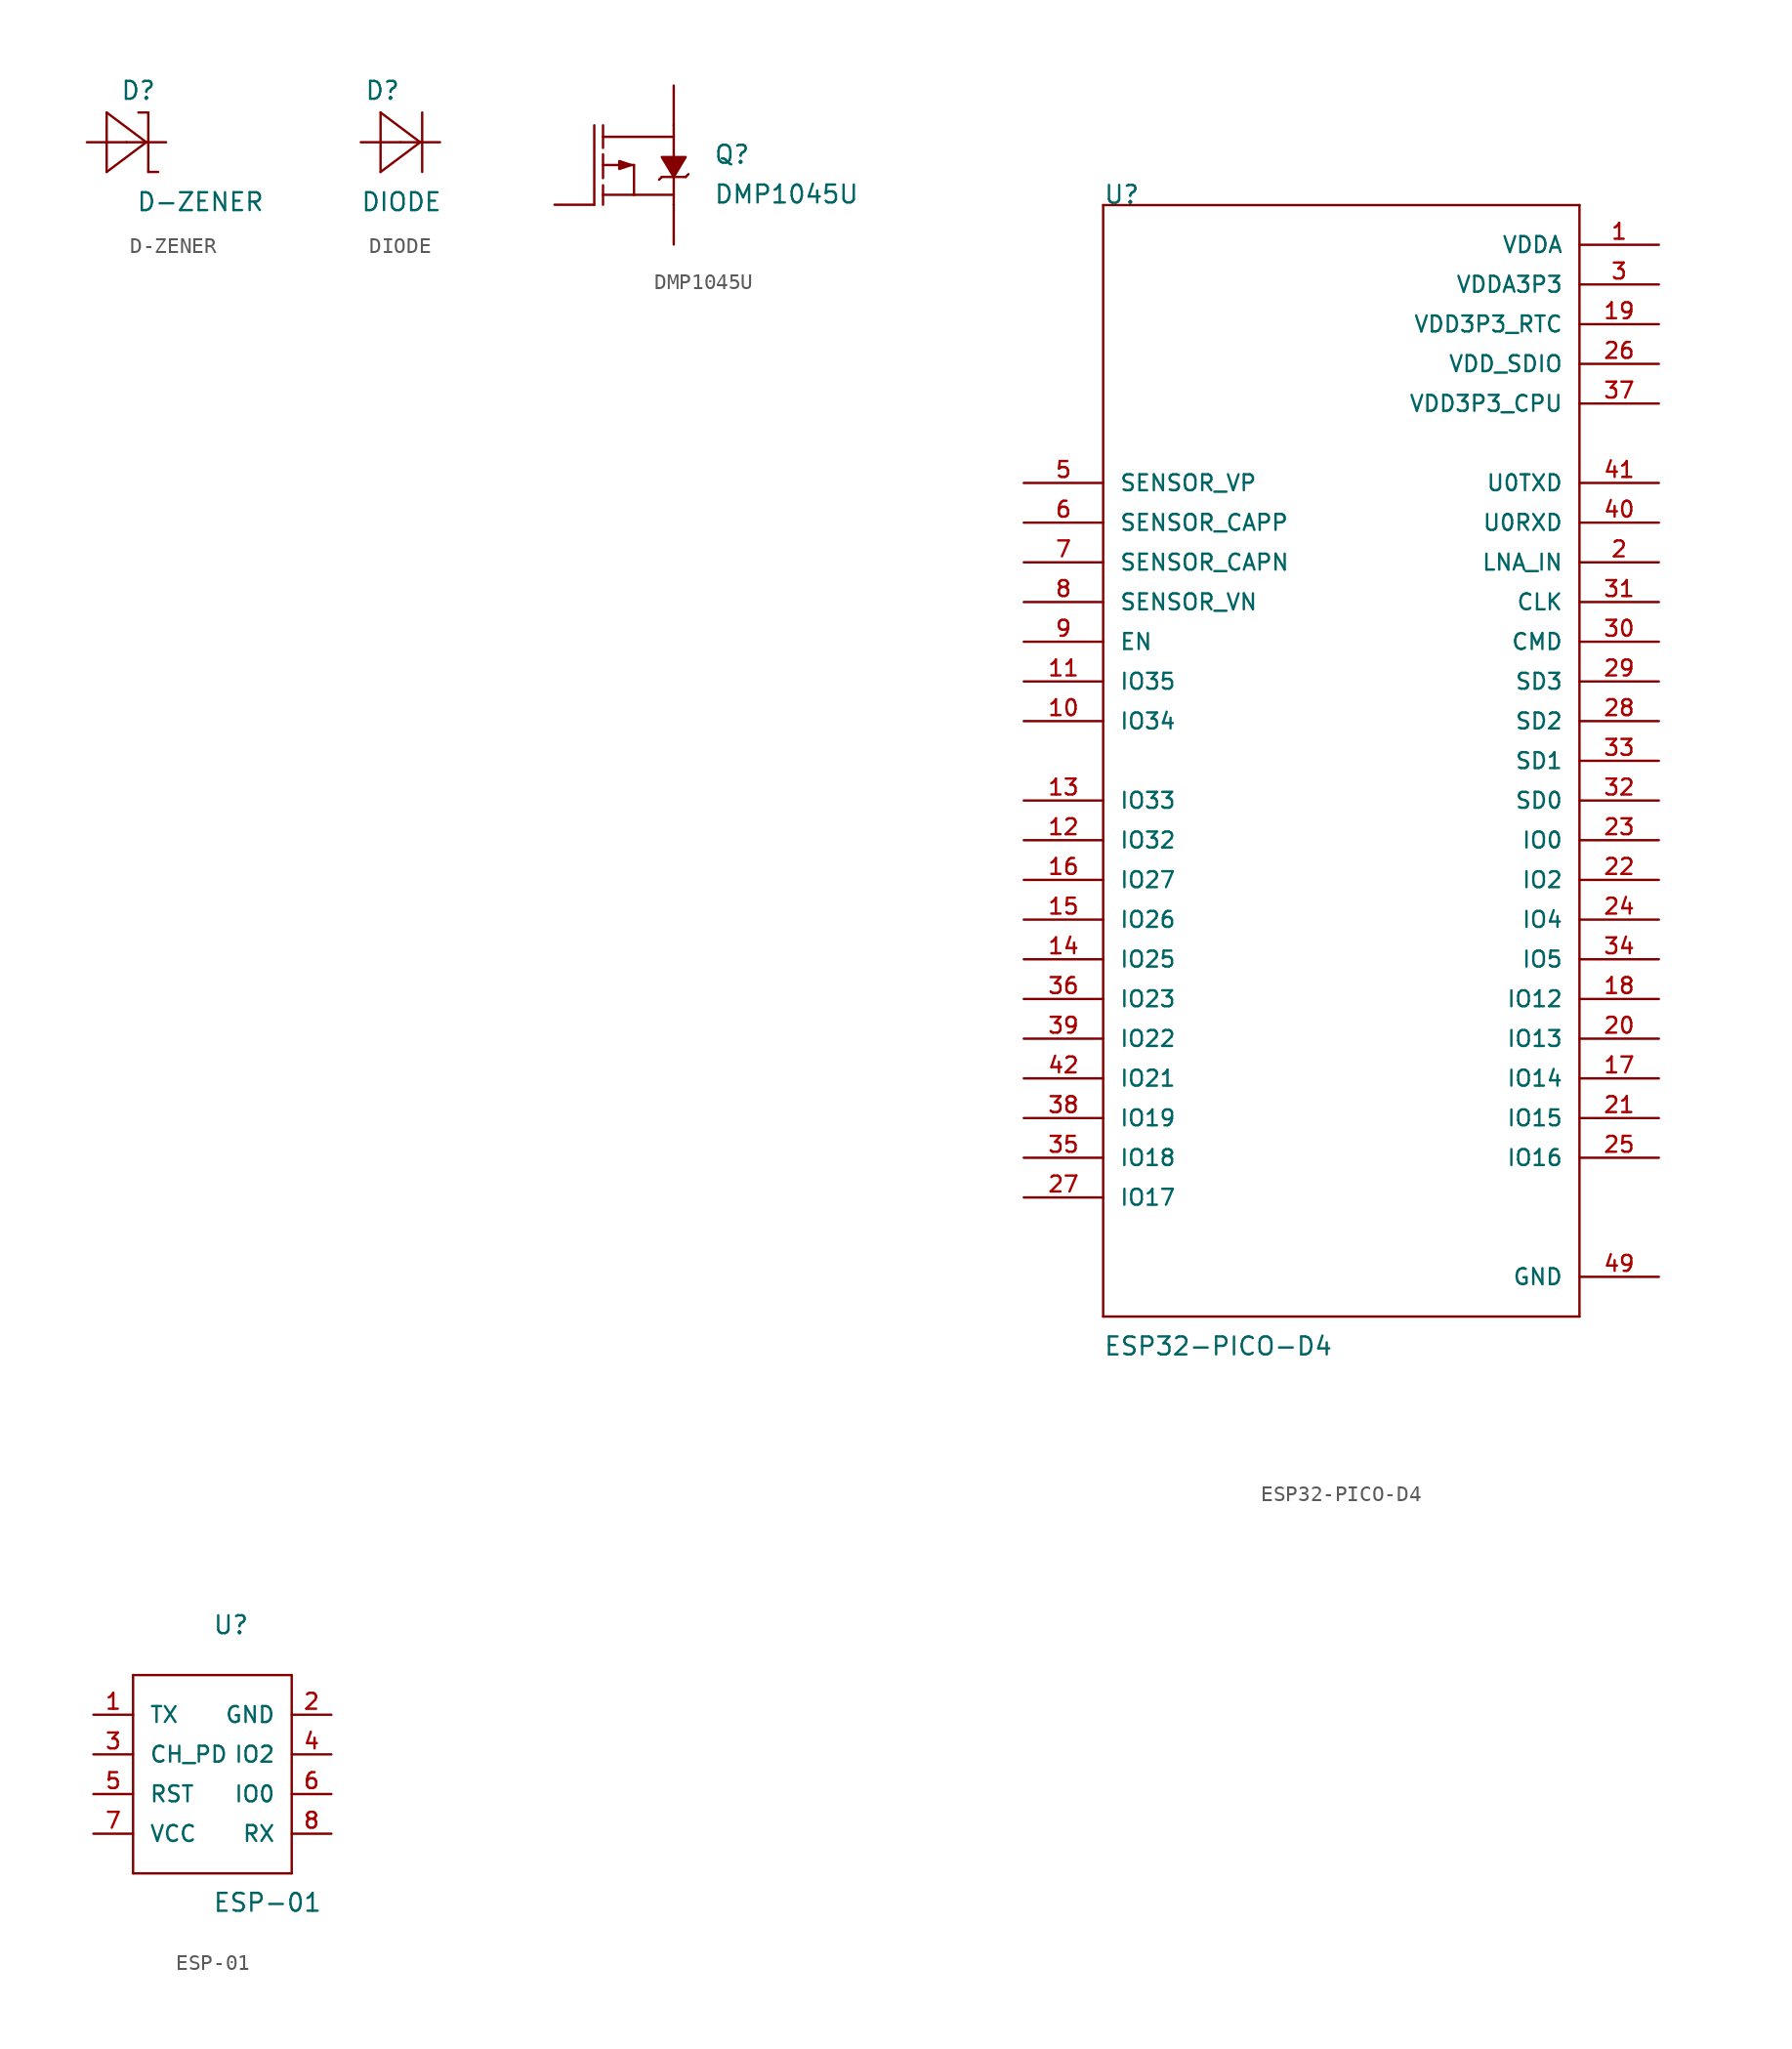
<source format=kicad_sym>
(kicad_symbol_lib
  (version 20241209)
  (generator "kicad_symbol_editor")
  (generator_version "9.0")
  (symbol "D-ZENER"
    (pin_numbers
      (hide yes))
    (pin_names
      (offset 1.016)
      (hide yes))
    (property "Reference" "D"
      (at -0.406 2.642 0)
      (effects (font (size 1.143 1.143)) (justify left bottom)))
    (property "Value" "D-ZENER"
      (at 0.61 -4.496 0)
      (effects (font (size 1.143 1.143)) (justify left bottom)))
    (property "ki_locked" ""
      (at 0 0 0)
      (effects (font (size 1.27 1.27))))
    (symbol "D-ZENER_1_0"
      (polyline (pts (xy -1.27 1.905) (xy -1.27 -1.905)) (stroke (width 0) (type solid)) (fill (type none)))
      (polyline (pts (xy -1.27 -1.905) (xy 1.27 0)) (stroke (width 0) (type solid)) (fill (type none)))
      (polyline (pts (xy 1.27 0) (xy -1.27 1.905)) (stroke (width 0) (type solid)) (fill (type none)))
      (polyline (pts (xy 1.397 1.905) (xy 0.762 1.905)) (stroke (width 0) (type solid)) (fill (type none)))
      (polyline (pts (xy 1.397 1.905) (xy 1.397 -1.905)) (stroke (width 0) (type solid)) (fill (type none)))
      (polyline (pts (xy 1.397 -1.905) (xy 2.032 -1.905)) (stroke (width 0) (type solid)) (fill (type none))))
    (symbol "D-ZENER_1_1"
      (pin passive line (at -2.54 0 0) (length 2.54) (name "A" (effects (font (size 1.016 1.016)))) (number "A" (effects (font (size 1.016 1.016)))))
      (pin passive line (at 2.54 0 180) (length 2.54) (name "C" (effects (font (size 1.016 1.016)))) (number "C" (effects (font (size 1.016 1.016)))))))
  (symbol "DIODE"
    (pin_numbers
      (hide yes))
    (pin_names
      (offset 1.016)
      (hide yes))
    (property "Reference" "D"
      (at -2.311 2.642 0)
      (effects (font (size 1.143 1.143)) (justify left bottom)))
    (property "Value" "DIODE"
      (at -2.565 -4.496 0)
      (effects (font (size 1.143 1.143)) (justify left bottom)))
    (property "ki_locked" ""
      (at 0 0 0)
      (effects (font (size 1.27 1.27))))
    (symbol "DIODE_1_0"
      (polyline (pts (xy -1.27 1.905) (xy -1.27 -1.905)) (stroke (width 0) (type solid)) (fill (type none)))
      (polyline (pts (xy -1.27 -1.905) (xy 1.27 0)) (stroke (width 0) (type solid)) (fill (type none)))
      (polyline (pts (xy 1.27 0) (xy -1.27 1.905)) (stroke (width 0) (type solid)) (fill (type none)))
      (polyline (pts (xy 1.397 1.905) (xy 1.397 -1.905)) (stroke (width 0) (type solid)) (fill (type none))))
    (symbol "DIODE_1_1"
      (pin passive line (at -2.54 0 0) (length 2.54) (name "A" (effects (font (size 1.016 1.016)))) (number "A" (effects (font (size 1.016 1.016)))))
      (pin passive line (at 2.54 0 180) (length 2.54) (name "C" (effects (font (size 1.016 1.016)))) (number "C" (effects (font (size 1.016 1.016)))))))
  (symbol "DMP1045U"
    (pin_numbers
      (hide yes))
    (pin_names
      (offset 1.016)
      (hide yes))
    (property "Reference" "Q"
      (at 5.08 0 0)
      (effects (font (size 1.143 1.143)) (justify left bottom)))
    (property "Value" "DMP1045U"
      (at 5.08 -2.54 0)
      (effects (font (size 1.143 1.143)) (justify left bottom)))
    (property "ki_locked" ""
      (at 0 0 0)
      (effects (font (size 1.27 1.27))))
    (symbol "DMP1045U_1_0"
      (polyline (pts (xy -2.54 -2.54) (xy -2.54 2.54)) (stroke (width 0) (type solid)) (fill (type none)))
      (polyline (pts (xy -1.981 2.54) (xy -1.981 1.803)) (stroke (width 0) (type solid)) (fill (type none)))
      (polyline (pts (xy -1.981 1.803) (xy -1.981 1.092)) (stroke (width 0) (type solid)) (fill (type none)))
      (polyline (pts (xy -1.981 1.803) (xy 2.54 1.803)) (stroke (width 0) (type solid)) (fill (type none)))
      (polyline (pts (xy -1.981 0.686) (xy -1.981 0)) (stroke (width 0) (type solid)) (fill (type none)))
      (polyline (pts (xy -1.981 0) (xy -1.981 -0.838)) (stroke (width 0) (type solid)) (fill (type none)))
      (polyline (pts (xy -1.981 -1.295) (xy -1.981 -1.905)) (stroke (width 0) (type solid)) (fill (type none)))
      (polyline (pts (xy -1.981 -1.905) (xy -1.981 -2.54)) (stroke (width 0) (type solid)) (fill (type none)))
      (polyline (pts (xy -1.981 -1.905) (xy 0 -1.905)) (stroke (width 0) (type solid)) (fill (type none)))
      (polyline (pts (xy 0 0) (xy -1.981 0)) (stroke (width 0) (type solid)) (fill (type none)))
      (polyline (pts (xy 0 -1.905) (xy 0 0)) (stroke (width 0) (type solid)) (fill (type none)))
      (polyline (pts (xy 1.778 -0.762) (xy 1.6 -0.94)) (stroke (width 0) (type solid)) (fill (type none)))
      (polyline (pts (xy 1.778 -0.762) (xy 3.302 -0.762)) (stroke (width 0) (type solid)) (fill (type none)))
      (polyline (pts (xy 2.54 2.54) (xy 2.54 1.803)) (stroke (width 0) (type solid)) (fill (type none)))
      (polyline (pts (xy 2.54 1.803) (xy 2.54 0.584)) (stroke (width 0) (type solid)) (fill (type none)))
      (polyline (pts (xy 2.54 -1.905) (xy 0 -1.905)) (stroke (width 0) (type solid)) (fill (type none)))
      (polyline (pts (xy 2.54 -1.905) (xy 2.54 -0.787)) (stroke (width 0) (type solid)) (fill (type none)))
      (polyline (pts (xy 2.54 -2.54) (xy 2.54 -1.905)) (stroke (width 0) (type solid)) (fill (type none)))
      (polyline (pts (xy 3.48 -0.584) (xy 3.302 -0.762)) (stroke (width 0) (type solid)) (fill (type none))))
    (symbol "DMP1045U_1_1"
      (polyline (pts (xy -0.178 0) (xy -0.94 -0.254) (xy -0.94 -0.254) (xy -0.94 0.254) (xy -0.94 0.254) (xy -0.178 0)) (stroke (width 0) (type solid)) (fill (type outline)))
      (polyline (pts (xy 3.302 0.508) (xy 2.54 -0.762) (xy 2.54 -0.762) (xy 1.778 0.508) (xy 1.778 0.508) (xy 3.302 0.508)) (stroke (width 0) (type solid)) (fill (type outline)))
      (pin bidirectional line (at -5.08 -2.54 0) (length 2.54) (name "G" (effects (font (size 1.016 1.016)))) (number "1" (effects (font (size 1.016 1.016)))))
      (pin bidirectional line (at 2.54 5.08 270) (length 2.54) (name "D" (effects (font (size 1.016 1.016)))) (number "3" (effects (font (size 1.016 1.016)))))
      (pin bidirectional line (at 2.54 -5.08 90) (length 2.54) (name "S" (effects (font (size 1.016 1.016)))) (number "2" (effects (font (size 1.016 1.016)))))))
  (symbol "ESP32-PICO-D4"
    (pin_names
      (offset 1.016))
    (property "Reference" "U"
      (at -15.24 35.56 0)
      (effects (font (size 1.143 1.143)) (justify left bottom)))
    (property "Value" "ESP32-PICO-D4"
      (at -15.24 -38.125 0)
      (effects (font (size 1.143 1.143)) (justify left bottom)))
    (property "ki_locked" ""
      (at 0 0 0)
      (effects (font (size 1.27 1.27))))
    (symbol "ESP32-PICO-D4_1_0"
      (polyline (pts (xy -15.24 35.56) (xy 15.24 35.56)) (stroke (width 0) (type solid)) (fill (type none)))
      (polyline (pts (xy -15.24 -35.56) (xy -15.24 35.56)) (stroke (width 0) (type solid)) (fill (type none)))
      (polyline (pts (xy 15.24 35.56) (xy 15.24 -35.56)) (stroke (width 0) (type solid)) (fill (type none)))
      (polyline (pts (xy 15.24 -35.56) (xy -15.24 -35.56)) (stroke (width 0) (type solid)) (fill (type none))))
    (symbol "ESP32-PICO-D4_1_1"
      (pin input line (at -20.32 17.78 0) (length 5.08) (name "SENSOR_VP" (effects (font (size 1.016 1.016)))) (number "5" (effects (font (size 1.016 1.016)))))
      (pin input line (at -20.32 15.24 0) (length 5.08) (name "SENSOR_CAPP" (effects (font (size 1.016 1.016)))) (number "6" (effects (font (size 1.016 1.016)))))
      (pin input line (at -20.32 12.7 0) (length 5.08) (name "SENSOR_CAPN" (effects (font (size 1.016 1.016)))) (number "7" (effects (font (size 1.016 1.016)))))
      (pin input line (at -20.32 10.16 0) (length 5.08) (name "SENSOR_VN" (effects (font (size 1.016 1.016)))) (number "8" (effects (font (size 1.016 1.016)))))
      (pin input line (at -20.32 7.62 0) (length 5.08) (name "EN" (effects (font (size 1.016 1.016)))) (number "9" (effects (font (size 1.016 1.016)))))
      (pin input line (at -20.32 5.08 0) (length 5.08) (name "IO35" (effects (font (size 1.016 1.016)))) (number "11" (effects (font (size 1.016 1.016)))))
      (pin input line (at -20.32 2.54 0) (length 5.08) (name "IO34" (effects (font (size 1.016 1.016)))) (number "10" (effects (font (size 1.016 1.016)))))
      (pin bidirectional line (at -20.32 -2.54 0) (length 5.08) (name "IO33" (effects (font (size 1.016 1.016)))) (number "13" (effects (font (size 1.016 1.016)))))
      (pin bidirectional line (at -20.32 -5.08 0) (length 5.08) (name "IO32" (effects (font (size 1.016 1.016)))) (number "12" (effects (font (size 1.016 1.016)))))
      (pin bidirectional line (at -20.32 -7.62 0) (length 5.08) (name "IO27" (effects (font (size 1.016 1.016)))) (number "16" (effects (font (size 1.016 1.016)))))
      (pin bidirectional line (at -20.32 -10.16 0) (length 5.08) (name "IO26" (effects (font (size 1.016 1.016)))) (number "15" (effects (font (size 1.016 1.016)))))
      (pin bidirectional line (at -20.32 -12.7 0) (length 5.08) (name "IO25" (effects (font (size 1.016 1.016)))) (number "14" (effects (font (size 1.016 1.016)))))
      (pin bidirectional line (at -20.32 -15.24 0) (length 5.08) (name "IO23" (effects (font (size 1.016 1.016)))) (number "36" (effects (font (size 1.016 1.016)))))
      (pin bidirectional line (at -20.32 -17.78 0) (length 5.08) (name "IO22" (effects (font (size 1.016 1.016)))) (number "39" (effects (font (size 1.016 1.016)))))
      (pin bidirectional line (at -20.32 -20.32 0) (length 5.08) (name "IO21" (effects (font (size 1.016 1.016)))) (number "42" (effects (font (size 1.016 1.016)))))
      (pin bidirectional line (at -20.32 -22.86 0) (length 5.08) (name "IO19" (effects (font (size 1.016 1.016)))) (number "38" (effects (font (size 1.016 1.016)))))
      (pin bidirectional line (at -20.32 -25.4 0) (length 5.08) (name "IO18" (effects (font (size 1.016 1.016)))) (number "35" (effects (font (size 1.016 1.016)))))
      (pin bidirectional line (at -20.32 -27.94 0) (length 5.08) (name "IO17" (effects (font (size 1.016 1.016)))) (number "27" (effects (font (size 1.016 1.016)))))
      (pin power_in line (at 20.32 33.02 180) (length 5.08) (name "VDDA" (effects (font (size 1.016 1.016)))) (number "1" (effects (font (size 1.016 1.016)))))
      (pin power_in line (at 20.32 33.02 180) (length 5.08) (hide yes) (name "VDDA" (effects (font (size 1.016 1.016)))) (number "43" (effects (font (size 1.016 1.016)))))
      (pin power_in line (at 20.32 33.02 180) (length 5.08) (hide yes) (name "VDDA" (effects (font (size 1.016 1.016)))) (number "46" (effects (font (size 1.016 1.016)))))
      (pin power_in line (at 20.32 30.48 180) (length 5.08) (name "VDDA3P3" (effects (font (size 1.016 1.016)))) (number "3" (effects (font (size 1.016 1.016)))))
      (pin power_in line (at 20.32 30.48 180) (length 5.08) (hide yes) (name "VDDA3P3" (effects (font (size 1.016 1.016)))) (number "4" (effects (font (size 1.016 1.016)))))
      (pin power_in line (at 20.32 27.94 180) (length 5.08) (name "VDD3P3_RTC" (effects (font (size 1.016 1.016)))) (number "19" (effects (font (size 1.016 1.016)))))
      (pin power_in line (at 20.32 25.4 180) (length 5.08) (name "VDD_SDIO" (effects (font (size 1.016 1.016)))) (number "26" (effects (font (size 1.016 1.016)))))
      (pin power_in line (at 20.32 22.86 180) (length 5.08) (name "VDD3P3_CPU" (effects (font (size 1.016 1.016)))) (number "37" (effects (font (size 1.016 1.016)))))
      (pin bidirectional line (at 20.32 17.78 180) (length 5.08) (name "U0TXD" (effects (font (size 1.016 1.016)))) (number "41" (effects (font (size 1.016 1.016)))))
      (pin bidirectional line (at 20.32 15.24 180) (length 5.08) (name "U0RXD" (effects (font (size 1.016 1.016)))) (number "40" (effects (font (size 1.016 1.016)))))
      (pin bidirectional line (at 20.32 12.7 180) (length 5.08) (name "LNA_IN" (effects (font (size 1.016 1.016)))) (number "2" (effects (font (size 1.016 1.016)))))
      (pin bidirectional line (at 20.32 10.16 180) (length 5.08) (name "CLK" (effects (font (size 1.016 1.016)))) (number "31" (effects (font (size 1.016 1.016)))))
      (pin bidirectional line (at 20.32 7.62 180) (length 5.08) (name "CMD" (effects (font (size 1.016 1.016)))) (number "30" (effects (font (size 1.016 1.016)))))
      (pin bidirectional line (at 20.32 5.08 180) (length 5.08) (name "SD3" (effects (font (size 1.016 1.016)))) (number "29" (effects (font (size 1.016 1.016)))))
      (pin bidirectional line (at 20.32 2.54 180) (length 5.08) (name "SD2" (effects (font (size 1.016 1.016)))) (number "28" (effects (font (size 1.016 1.016)))))
      (pin bidirectional line (at 20.32 0 180) (length 5.08) (name "SD1" (effects (font (size 1.016 1.016)))) (number "33" (effects (font (size 1.016 1.016)))))
      (pin bidirectional line (at 20.32 -2.54 180) (length 5.08) (name "SD0" (effects (font (size 1.016 1.016)))) (number "32" (effects (font (size 1.016 1.016)))))
      (pin bidirectional line (at 20.32 -5.08 180) (length 5.08) (name "IO0" (effects (font (size 1.016 1.016)))) (number "23" (effects (font (size 1.016 1.016)))))
      (pin bidirectional line (at 20.32 -7.62 180) (length 5.08) (name "IO2" (effects (font (size 1.016 1.016)))) (number "22" (effects (font (size 1.016 1.016)))))
      (pin bidirectional line (at 20.32 -10.16 180) (length 5.08) (name "IO4" (effects (font (size 1.016 1.016)))) (number "24" (effects (font (size 1.016 1.016)))))
      (pin bidirectional line (at 20.32 -12.7 180) (length 5.08) (name "IO5" (effects (font (size 1.016 1.016)))) (number "34" (effects (font (size 1.016 1.016)))))
      (pin bidirectional line (at 20.32 -15.24 180) (length 5.08) (name "IO12" (effects (font (size 1.016 1.016)))) (number "18" (effects (font (size 1.016 1.016)))))
      (pin bidirectional line (at 20.32 -17.78 180) (length 5.08) (name "IO13" (effects (font (size 1.016 1.016)))) (number "20" (effects (font (size 1.016 1.016)))))
      (pin bidirectional line (at 20.32 -20.32 180) (length 5.08) (name "IO14" (effects (font (size 1.016 1.016)))) (number "17" (effects (font (size 1.016 1.016)))))
      (pin bidirectional line (at 20.32 -22.86 180) (length 5.08) (name "IO15" (effects (font (size 1.016 1.016)))) (number "21" (effects (font (size 1.016 1.016)))))
      (pin bidirectional line (at 20.32 -25.4 180) (length 5.08) (name "IO16" (effects (font (size 1.016 1.016)))) (number "25" (effects (font (size 1.016 1.016)))))
      (pin power_in line (at 20.32 -33.02 180) (length 5.08) (name "GND" (effects (font (size 1.016 1.016)))) (number "49" (effects (font (size 1.016 1.016)))))))
  (symbol "ESP-01"
    (pin_names
      (offset 1.016))
    (property "Reference" "U"
      (at -5.08 15.24 0)
      (effects (font (size 1.143 1.143)) (justify left bottom)))
    (property "Value" "ESP-01"
      (at -5.08 -2.54 0)
      (effects (font (size 1.143 1.143)) (justify left bottom)))
    (property "ki_locked" ""
      (at 0 0 0)
      (effects (font (size 1.27 1.27))))
    (symbol "ESP-01_1_0"
      (polyline (pts (xy -10.16 12.7) (xy 0 12.7)) (stroke (width 0) (type solid)) (fill (type none)))
      (polyline (pts (xy -10.16 0) (xy -10.16 12.7)) (stroke (width 0) (type solid)) (fill (type none)))
      (polyline (pts (xy 0 12.7) (xy 0 0)) (stroke (width 0) (type solid)) (fill (type none)))
      (polyline (pts (xy 0 0) (xy -10.16 0)) (stroke (width 0) (type solid)) (fill (type none))))
    (symbol "ESP-01_1_1"
      (pin bidirectional line (at -12.7 10.16 0) (length 2.54) (name "TX" (effects (font (size 1.016 1.016)))) (number "1" (effects (font (size 1.016 1.016)))))
      (pin passive line (at -12.7 7.62 0) (length 2.54) (name "CH_PD" (effects (font (size 1.016 1.016)))) (number "3" (effects (font (size 1.016 1.016)))))
      (pin passive line (at -12.7 5.08 0) (length 2.54) (name "RST" (effects (font (size 1.016 1.016)))) (number "5" (effects (font (size 1.016 1.016)))))
      (pin power_in line (at -12.7 2.54 0) (length 2.54) (name "VCC" (effects (font (size 1.016 1.016)))) (number "7" (effects (font (size 1.016 1.016)))))
      (pin power_in line (at 2.54 10.16 180) (length 2.54) (name "GND" (effects (font (size 1.016 1.016)))) (number "2" (effects (font (size 1.016 1.016)))))
      (pin bidirectional line (at 2.54 7.62 180) (length 2.54) (name "IO2" (effects (font (size 1.016 1.016)))) (number "4" (effects (font (size 1.016 1.016)))))
      (pin bidirectional line (at 2.54 5.08 180) (length 2.54) (name "IO0" (effects (font (size 1.016 1.016)))) (number "6" (effects (font (size 1.016 1.016)))))
      (pin bidirectional line (at 2.54 2.54 180) (length 2.54) (name "RX" (effects (font (size 1.016 1.016)))) (number "8" (effects (font (size 1.016 1.016))))))))
</source>
